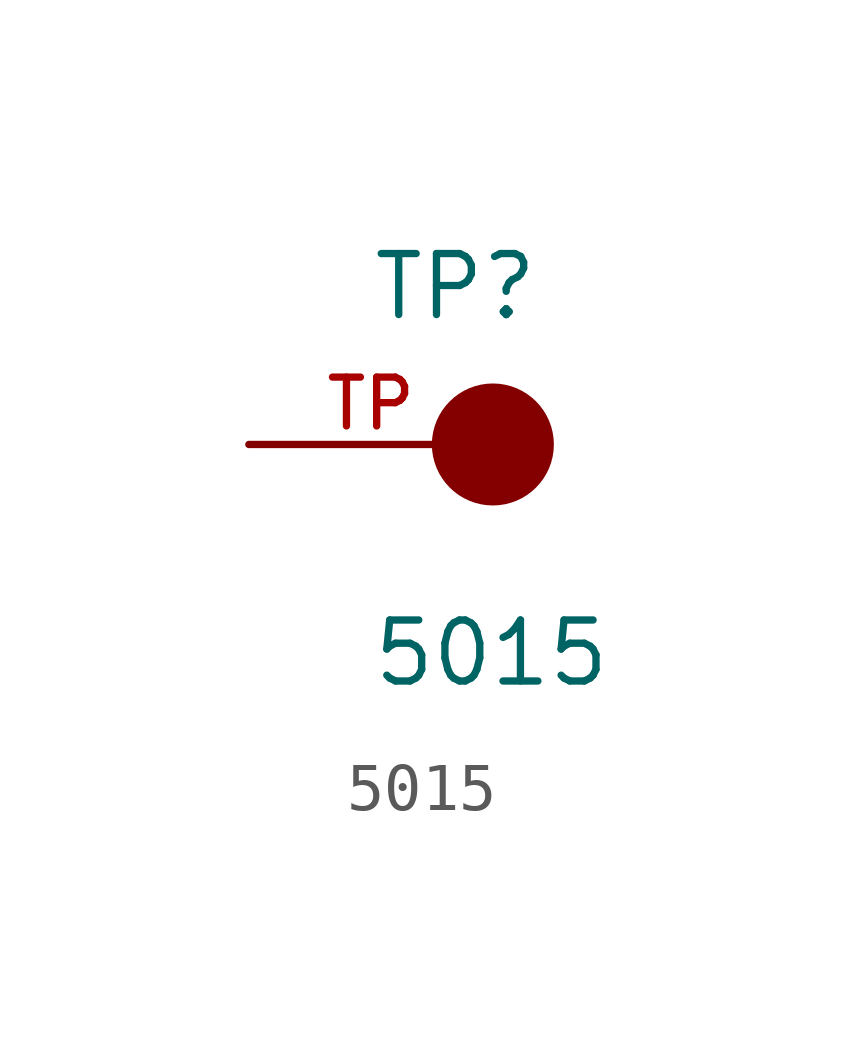
<source format=kicad_sym>
(kicad_symbol_lib
  (version 20211014)
  (generator kicad_symbol_editor)
  (symbol "5015"
    (pin_names
      (offset 1.016))
    (property "Reference" "TP"
      (at -2.544 2.541 0)
      (effects (font (size 1.27 1.27)) (justify bottom left)))
    (property "Value" "5015"
      (at -2.55 -5.087 0)
      (effects (font (size 1.27 1.27)) (justify bottom left)))
    (symbol "5015_0_0"
      (circle (center 0.0 0.0) (radius 0.635) (stroke (width 1.27)) (fill (type none)))
      (pin passive line (at -5.08 0.0 0) (length 5.08) (name "~" (effects (font (size 1.016 1.016)))) (number "TP" (effects (font (size 1.016 1.016))))))))
</source>
